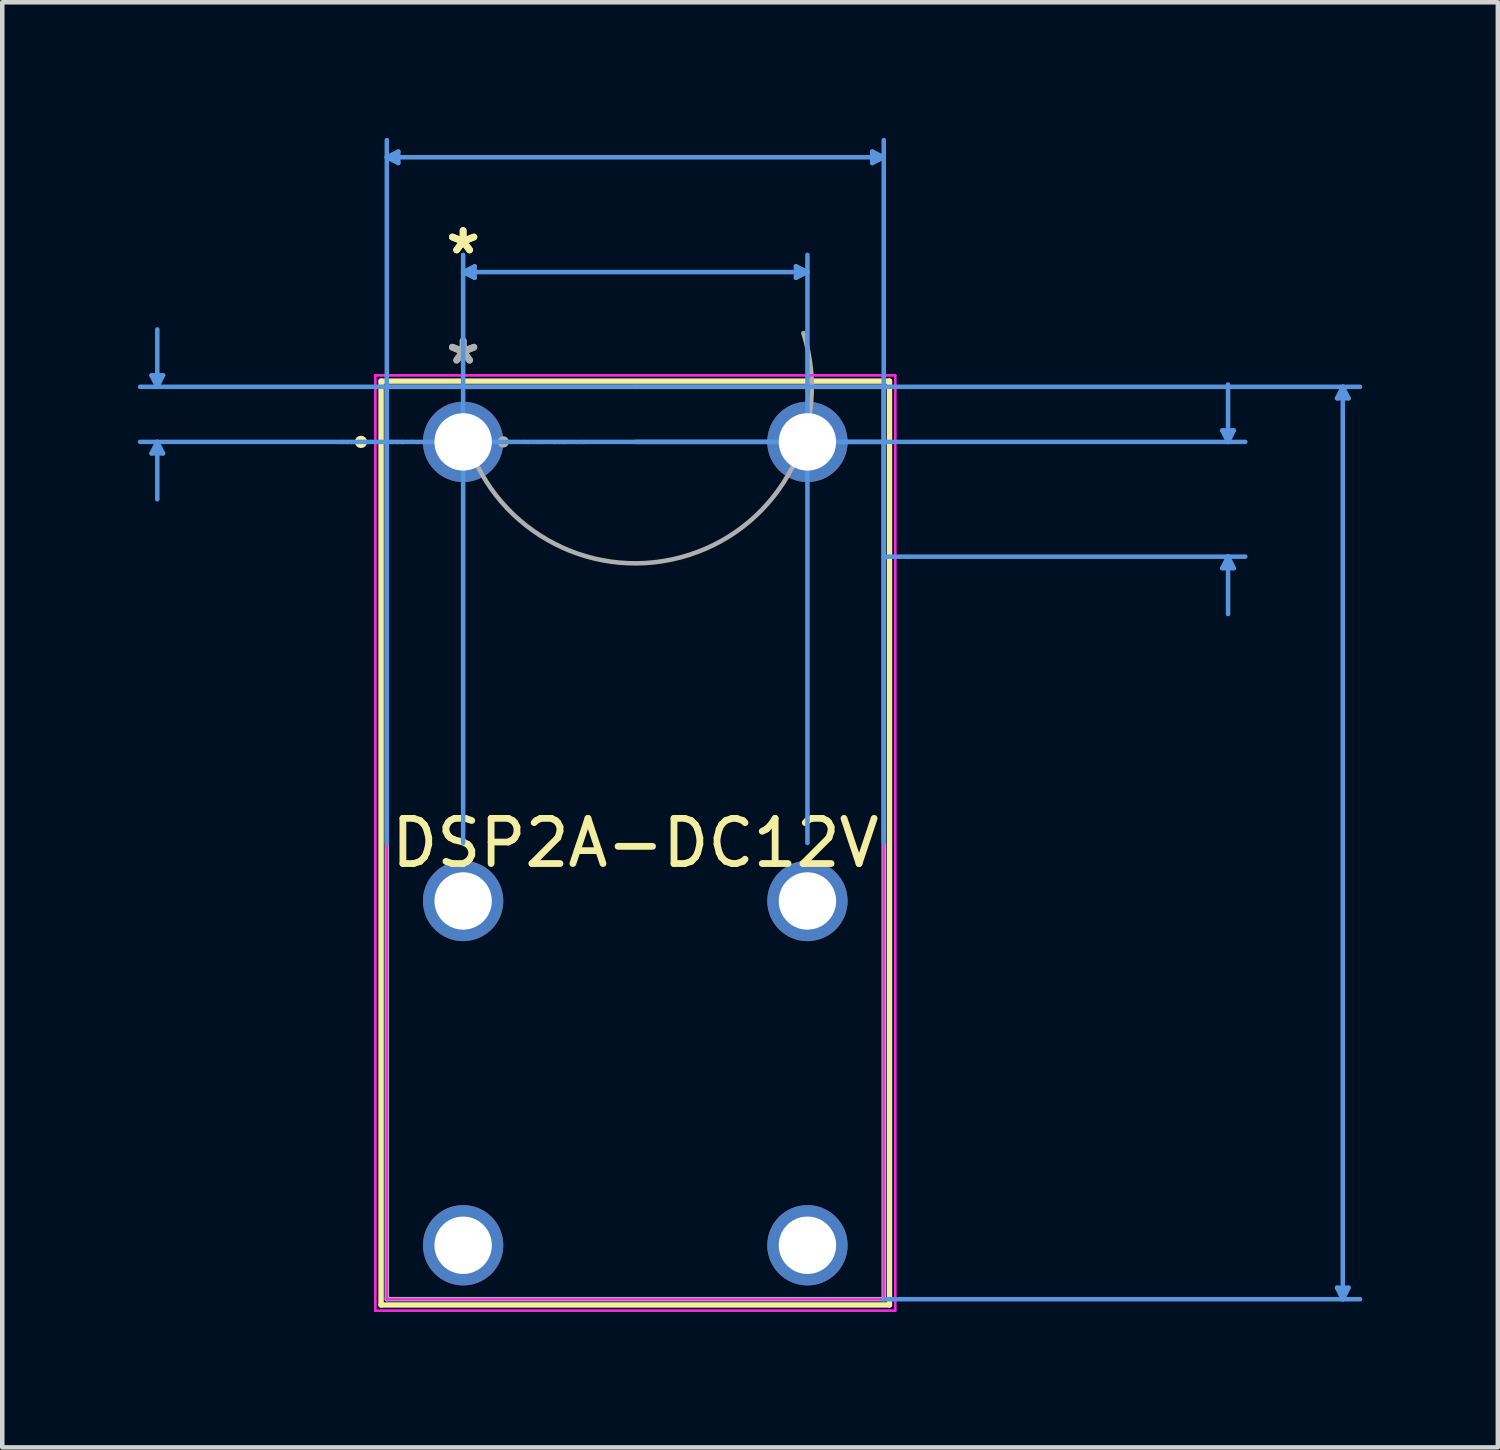
<source format=kicad_pcb>
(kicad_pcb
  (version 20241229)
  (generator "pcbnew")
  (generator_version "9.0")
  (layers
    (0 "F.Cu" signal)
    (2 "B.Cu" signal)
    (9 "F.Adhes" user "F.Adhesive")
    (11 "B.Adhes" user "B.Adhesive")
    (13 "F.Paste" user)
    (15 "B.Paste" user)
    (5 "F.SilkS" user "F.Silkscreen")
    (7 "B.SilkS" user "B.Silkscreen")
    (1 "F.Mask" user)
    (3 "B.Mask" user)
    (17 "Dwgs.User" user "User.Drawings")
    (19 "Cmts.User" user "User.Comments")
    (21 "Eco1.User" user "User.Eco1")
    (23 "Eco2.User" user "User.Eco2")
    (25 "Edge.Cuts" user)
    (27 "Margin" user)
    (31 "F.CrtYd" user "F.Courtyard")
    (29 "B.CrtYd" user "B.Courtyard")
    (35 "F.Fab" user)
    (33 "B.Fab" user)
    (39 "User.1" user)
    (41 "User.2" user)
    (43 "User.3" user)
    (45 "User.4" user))
  (footprint "DSP2A-DC12V"
    (layer "F.Cu")
    (at 7.2 6.73)
    (property "Reference" "DSP2A-DC12V" (at 3.81 8.877 0) (layer "F.SilkS") (effects (font (size 1 1) (thickness 0.15))))
    (attr through_hole)
    (fp_line (start -1.816 -1.346) (end -1.816 19.101) (stroke (width 0.12) (type solid)) (layer "F.SilkS"))
    (fp_line (start -1.816 19.101) (end 9.436 19.101) (stroke (width 0.12) (type solid)) (layer "F.SilkS"))
    (fp_line (start 9.436 -1.346) (end -1.816 -1.346) (stroke (width 0.12) (type solid)) (layer "F.SilkS"))
    (fp_line (start 9.436 19.101) (end 9.436 -1.346) (stroke (width 0.12) (type solid)) (layer "F.SilkS"))
    (fp_circle (center -2.261 0) (end -2.184 0) (stroke (width 0.12) (type solid)) (fill no) (layer "F.SilkS"))
    (fp_line (start -6.896 -1.473) (end -6.642 -1.473) (stroke (width 0.1) (type solid)) (layer "Cmts.User"))
    (fp_line (start -6.896 0.254) (end -6.642 0.254) (stroke (width 0.1) (type solid)) (layer "Cmts.User"))
    (fp_line (start -6.769 -1.219) (end -6.896 -1.473) (stroke (width 0.1) (type solid)) (layer "Cmts.User"))
    (fp_line (start -6.769 -1.219) (end -6.769 -2.489) (stroke (width 0.1) (type solid)) (layer "Cmts.User"))
    (fp_line (start -6.769 -1.219) (end -6.642 -1.473) (stroke (width 0.1) (type solid)) (layer "Cmts.User"))
    (fp_line (start -6.769 0) (end -6.896 0.254) (stroke (width 0.1) (type solid)) (layer "Cmts.User"))
    (fp_line (start -6.769 0) (end -6.769 1.27) (stroke (width 0.1) (type solid)) (layer "Cmts.User"))
    (fp_line (start -6.769 0) (end -6.642 0.254) (stroke (width 0.1) (type solid)) (layer "Cmts.User"))
    (fp_line (start -1.689 -6.299) (end -1.435 -6.426) (stroke (width 0.1) (type solid)) (layer "Cmts.User"))
    (fp_line (start -1.689 -6.299) (end -1.435 -6.172) (stroke (width 0.1) (type solid)) (layer "Cmts.User"))
    (fp_line (start -1.689 -6.299) (end 9.309 -6.299) (stroke (width 0.1) (type solid)) (layer "Cmts.User"))
    (fp_line (start -1.689 8.877) (end -1.689 -6.68) (stroke (width 0.1) (type solid)) (layer "Cmts.User"))
    (fp_line (start -1.435 -6.426) (end -1.435 -6.172) (stroke (width 0.1) (type solid)) (layer "Cmts.User"))
    (fp_line (start 0 -3.759) (end 0.254 -3.886) (stroke (width 0.1) (type solid)) (layer "Cmts.User"))
    (fp_line (start 0 -3.759) (end 0.254 -3.632) (stroke (width 0.1) (type solid)) (layer "Cmts.User"))
    (fp_line (start 0 -3.759) (end 7.62 -3.759) (stroke (width 0.1) (type solid)) (layer "Cmts.User"))
    (fp_line (start 0 8.877) (end 0 -4.14) (stroke (width 0.1) (type solid)) (layer "Cmts.User"))
    (fp_line (start 0.254 -3.886) (end 0.254 -3.632) (stroke (width 0.1) (type solid)) (layer "Cmts.User"))
    (fp_line (start 3.81 -1.219) (end -7.15 -1.219) (stroke (width 0.1) (type solid)) (layer "Cmts.User"))
    (fp_line (start 3.81 -1.219) (end 19.85 -1.219) (stroke (width 0.1) (type solid)) (layer "Cmts.User"))
    (fp_line (start 3.81 0) (end 17.31 0) (stroke (width 0.1) (type solid)) (layer "Cmts.User"))
    (fp_line (start 7.366 -3.886) (end 7.366 -3.632) (stroke (width 0.1) (type solid)) (layer "Cmts.User"))
    (fp_line (start 7.62 -3.759) (end 7.366 -3.886) (stroke (width 0.1) (type solid)) (layer "Cmts.User"))
    (fp_line (start 7.62 -3.759) (end 7.366 -3.632) (stroke (width 0.1) (type solid)) (layer "Cmts.User"))
    (fp_line (start 7.62 8.877) (end 7.62 -4.14) (stroke (width 0.1) (type solid)) (layer "Cmts.User"))
    (fp_line (start 9.055 -6.426) (end 9.055 -6.172) (stroke (width 0.1) (type solid)) (layer "Cmts.User"))
    (fp_line (start 9.309 -6.299) (end 9.055 -6.426) (stroke (width 0.1) (type solid)) (layer "Cmts.User"))
    (fp_line (start 9.309 -6.299) (end 9.055 -6.172) (stroke (width 0.1) (type solid)) (layer "Cmts.User"))
    (fp_line (start 9.309 0) (end -7.15 0) (stroke (width 0.1) (type solid)) (layer "Cmts.User"))
    (fp_line (start 9.309 2.54) (end 17.31 2.54) (stroke (width 0.1) (type solid)) (layer "Cmts.User"))
    (fp_line (start 9.309 8.877) (end 9.309 -6.68) (stroke (width 0.1) (type solid)) (layer "Cmts.User"))
    (fp_line (start 9.309 18.974) (end 19.85 18.974) (stroke (width 0.1) (type solid)) (layer "Cmts.User"))
    (fp_line (start 16.802 -0.254) (end 17.056 -0.254) (stroke (width 0.1) (type solid)) (layer "Cmts.User"))
    (fp_line (start 16.802 2.794) (end 17.056 2.794) (stroke (width 0.1) (type solid)) (layer "Cmts.User"))
    (fp_line (start 16.929 0) (end 16.802 -0.254) (stroke (width 0.1) (type solid)) (layer "Cmts.User"))
    (fp_line (start 16.929 0) (end 16.929 -1.27) (stroke (width 0.1) (type solid)) (layer "Cmts.User"))
    (fp_line (start 16.929 0) (end 17.056 -0.254) (stroke (width 0.1) (type solid)) (layer "Cmts.User"))
    (fp_line (start 16.929 2.54) (end 16.802 2.794) (stroke (width 0.1) (type solid)) (layer "Cmts.User"))
    (fp_line (start 16.929 2.54) (end 16.929 3.81) (stroke (width 0.1) (type solid)) (layer "Cmts.User"))
    (fp_line (start 16.929 2.54) (end 17.056 2.794) (stroke (width 0.1) (type solid)) (layer "Cmts.User"))
    (fp_line (start 19.342 -0.965) (end 19.596 -0.965) (stroke (width 0.1) (type solid)) (layer "Cmts.User"))
    (fp_line (start 19.342 18.72) (end 19.596 18.72) (stroke (width 0.1) (type solid)) (layer "Cmts.User"))
    (fp_line (start 19.469 -1.219) (end 19.342 -0.965) (stroke (width 0.1) (type solid)) (layer "Cmts.User"))
    (fp_line (start 19.469 -1.219) (end 19.469 18.974) (stroke (width 0.1) (type solid)) (layer "Cmts.User"))
    (fp_line (start 19.469 -1.219) (end 19.596 -0.965) (stroke (width 0.1) (type solid)) (layer "Cmts.User"))
    (fp_line (start 19.469 18.974) (end 19.342 18.72) (stroke (width 0.1) (type solid)) (layer "Cmts.User"))
    (fp_line (start 19.469 18.974) (end 19.596 18.72) (stroke (width 0.1) (type solid)) (layer "Cmts.User"))
    (fp_line (start -1.943 -1.473) (end 9.563 -1.473) (stroke (width 0.05) (type solid)) (layer "F.CrtYd"))
    (fp_line (start -1.943 -1.473) (end 9.563 -1.473) (stroke (width 0.05) (type solid)) (layer "F.CrtYd"))
    (fp_line (start -1.943 19.228) (end -1.943 -1.473) (stroke (width 0.05) (type solid)) (layer "F.CrtYd"))
    (fp_line (start -1.943 19.228) (end -1.943 -1.473) (stroke (width 0.05) (type solid)) (layer "F.CrtYd"))
    (fp_line (start -1.689 -1.219) (end 9.309 -1.219) (stroke (width 0.05) (type solid)) (layer "F.CrtYd"))
    (fp_line (start -1.689 18.974) (end -1.689 -1.219) (stroke (width 0.05) (type solid)) (layer "F.CrtYd"))
    (fp_line (start 9.309 -1.219) (end 9.309 18.974) (stroke (width 0.05) (type solid)) (layer "F.CrtYd"))
    (fp_line (start 9.309 18.974) (end -1.689 18.974) (stroke (width 0.05) (type solid)) (layer "F.CrtYd"))
    (fp_line (start 9.563 -1.473) (end 9.563 19.228) (stroke (width 0.05) (type solid)) (layer "F.CrtYd"))
    (fp_line (start 9.563 -1.473) (end 9.563 19.228) (stroke (width 0.05) (type solid)) (layer "F.CrtYd"))
    (fp_line (start 9.563 19.228) (end -1.943 19.228) (stroke (width 0.05) (type solid)) (layer "F.CrtYd"))
    (fp_line (start 9.563 19.228) (end -1.943 19.228) (stroke (width 0.05) (type solid)) (layer "F.CrtYd"))
    (fp_line (start -1.689 -1.219) (end -1.689 18.974) (stroke (width 0.1) (type solid)) (layer "F.Fab"))
    (fp_line (start -1.689 18.974) (end 9.309 18.974) (stroke (width 0.1) (type solid)) (layer "F.Fab"))
    (fp_line (start 9.309 -1.219) (end -1.689 -1.219) (stroke (width 0.1) (type solid)) (layer "F.Fab"))
    (fp_line (start 9.309 18.974) (end 9.309 -1.219) (stroke (width 0.1) (type solid)) (layer "F.Fab"))
    (fp_arc (start 7.530968 -2.407432) (mid 4.998232 2.501768) (end 0.089032 -0.030968) (stroke (width 0.1) (type solid)) (layer "F.Fab"))
    (fp_circle (center 0.889 0) (end 0.965 0) (stroke (width 0.1) (type solid)) (fill no) (layer "F.Fab"))
    (fp_text user "*" (at 0 -4.132 0) (layer "F.SilkS") (effects (font (size 1 1) (thickness 0.15))))
    (fp_text user "*" (at 0 -4.132 0) (layer "F.SilkS") (effects (font (size 1 1) (thickness 0.15))))
    (fp_text user "Copyright 2021 Accelerated Designs. All rights reserved." (at 0 0 0) (layer "Cmts.User") (effects (font (size 0.127 0.127) (thickness 0.002))))
    (fp_text user "*" (at 0 -1.693 0) (layer "F.Fab") (effects (font (size 1 1) (thickness 0.15))))
    (fp_text user "*" (at 0 -1.693 0) (layer "F.Fab") (effects (font (size 1 1) (thickness 0.15))))
    (pad "1" thru_hole circle (at 0 0) (size 1.778 1.778) (drill 1.27) (layers "*.Cu" "*.Mask"))
    (pad "5" thru_hole circle (at 0 10.16) (size 1.778 1.778) (drill 1.27) (layers "*.Cu" "*.Mask"))
    (pad "8" thru_hole circle (at 0 17.78) (size 1.778 1.778) (drill 1.27) (layers "*.Cu" "*.Mask"))
    (pad "9" thru_hole circle (at 7.62 17.78) (size 1.778 1.778) (drill 1.27) (layers "*.Cu" "*.Mask"))
    (pad "12" thru_hole circle (at 7.62 10.16) (size 1.778 1.778) (drill 1.27) (layers "*.Cu" "*.Mask"))
    (pad "16" thru_hole circle (at 7.62 0) (size 1.778 1.778) (drill 1.27) (layers "*.Cu" "*.Mask")))
  (gr_rect
    (start -3 -3)
    (end 30.1 28.983)
    (stroke (width 0.1) (type default))
    (fill no)
    (layer "Edge.Cuts")))
</source>
